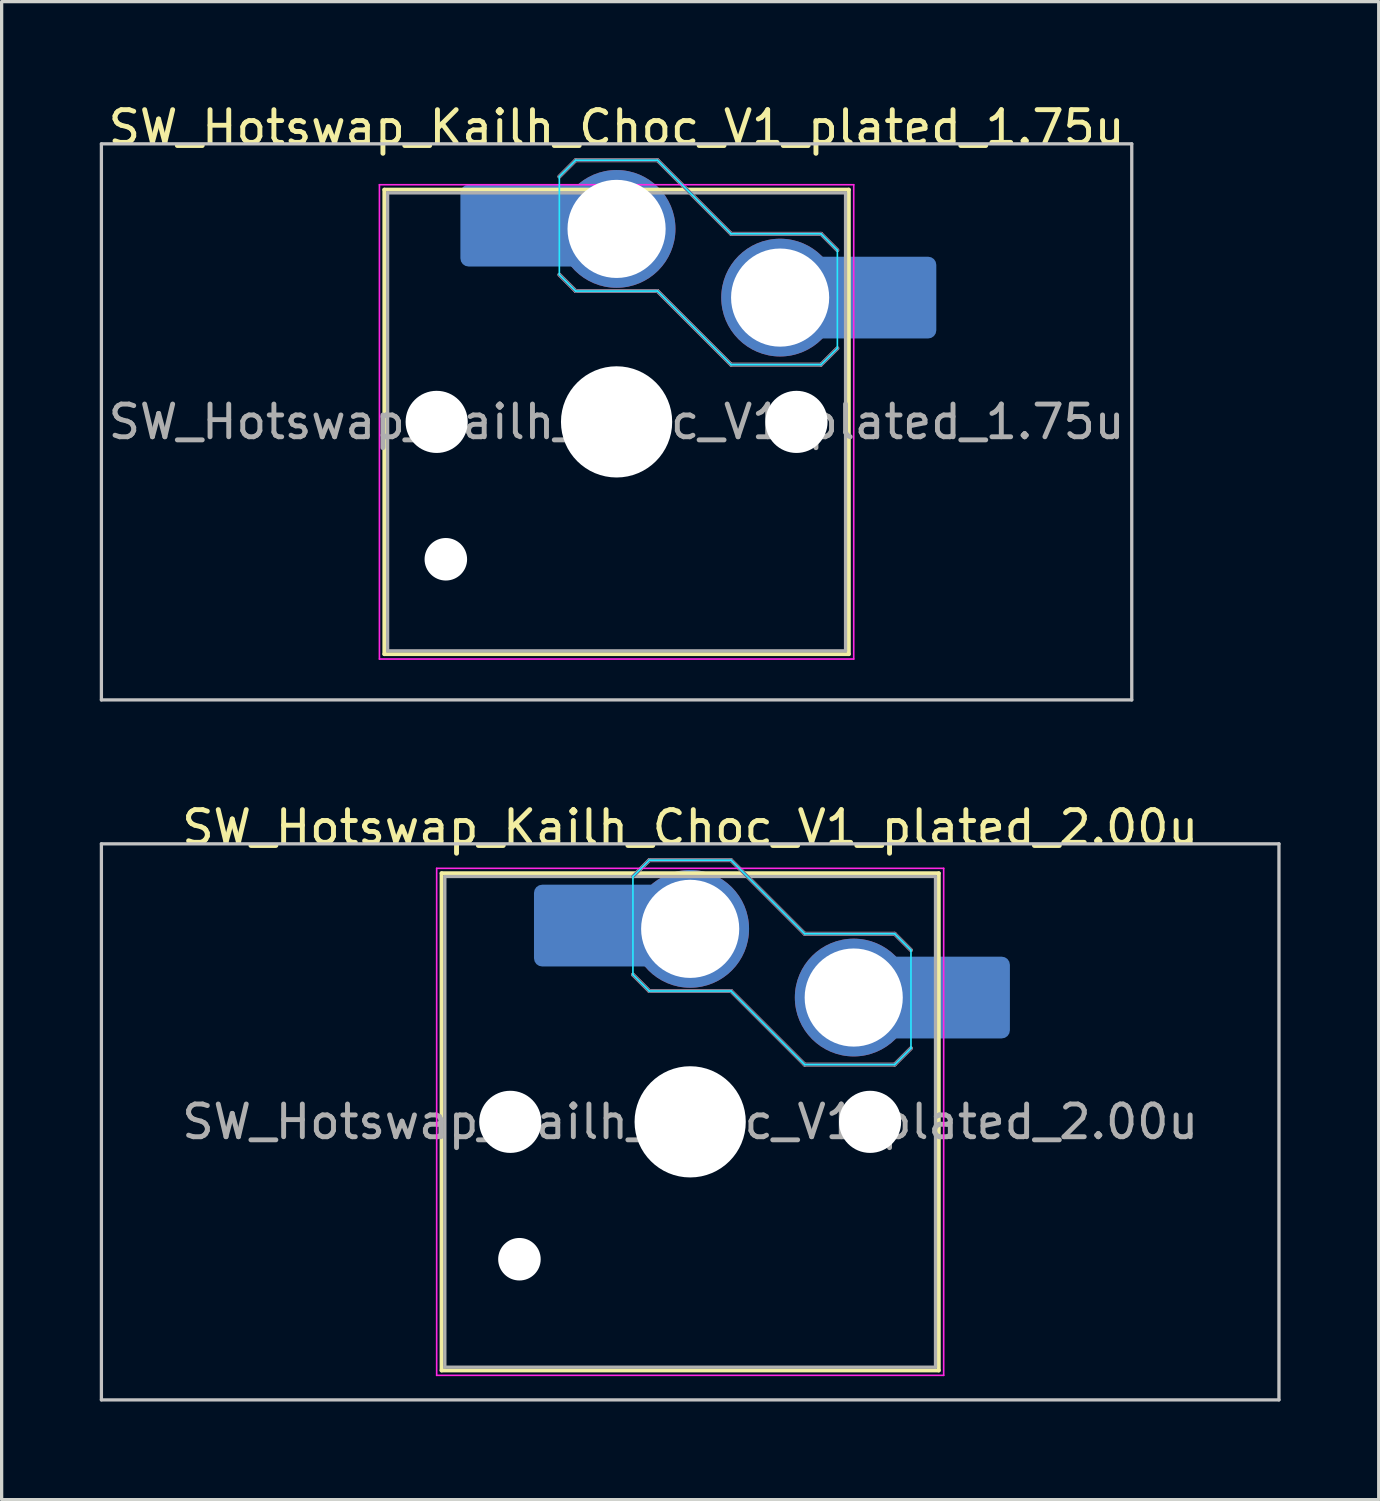
<source format=kicad_pcb>
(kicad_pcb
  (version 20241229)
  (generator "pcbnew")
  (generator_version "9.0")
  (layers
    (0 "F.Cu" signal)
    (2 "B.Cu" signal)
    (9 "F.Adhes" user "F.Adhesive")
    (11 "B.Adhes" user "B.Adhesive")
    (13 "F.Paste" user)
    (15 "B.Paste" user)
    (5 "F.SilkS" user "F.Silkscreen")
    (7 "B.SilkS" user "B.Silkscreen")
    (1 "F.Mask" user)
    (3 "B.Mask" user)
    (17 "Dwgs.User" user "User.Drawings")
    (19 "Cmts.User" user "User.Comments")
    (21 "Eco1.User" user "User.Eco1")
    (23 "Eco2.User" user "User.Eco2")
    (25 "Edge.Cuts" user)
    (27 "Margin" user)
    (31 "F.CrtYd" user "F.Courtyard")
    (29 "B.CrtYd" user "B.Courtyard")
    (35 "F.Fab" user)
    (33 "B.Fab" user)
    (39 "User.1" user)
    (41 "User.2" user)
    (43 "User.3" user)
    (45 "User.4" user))
  (footprint "SW_Hotswap_Kailh_Choc_V1_plated_1.75u"
    (layer "F.Cu")
    (at 15.8 9.848)
    (property "Reference" "SW_Hotswap_Kailh_Choc_V1_plated_1.75u" (at 0 -9 0) (layer "F.SilkS") (effects (font (size 1 1) (thickness 0.15))))
    (attr smd)
    (fp_line (start -7.1 -7.1) (end -7.1 7.1) (stroke (width 0.12) (type solid)) (layer "F.SilkS"))
    (fp_line (start -7.1 7.1) (end 7.1 7.1) (stroke (width 0.12) (type solid)) (layer "F.SilkS"))
    (fp_line (start 7.1 -7.1) (end -7.1 -7.1) (stroke (width 0.12) (type solid)) (layer "F.SilkS"))
    (fp_line (start 7.1 7.1) (end 7.1 -7.1) (stroke (width 0.12) (type solid)) (layer "F.SilkS"))
    (fp_line (start -1.75 -7.5) (end -1.25 -8) (stroke (width 0.12) (type solid)) (layer "B.SilkS"))
    (fp_line (start -1.25 -8) (end 1.25 -8) (stroke (width 0.12) (type solid)) (layer "B.SilkS"))
    (fp_line (start -1.25 -4) (end -1.75 -4.5) (stroke (width 0.12) (type solid)) (layer "B.SilkS"))
    (fp_line (start 1.25 -8) (end 3.5 -5.75) (stroke (width 0.12) (type solid)) (layer "B.SilkS"))
    (fp_line (start 1.25 -4) (end -1.25 -4) (stroke (width 0.12) (type solid)) (layer "B.SilkS"))
    (fp_line (start 3.5 -5.75) (end 6.25 -5.75) (stroke (width 0.12) (type solid)) (layer "B.SilkS"))
    (fp_line (start 3.5 -1.75) (end 1.25 -4) (stroke (width 0.12) (type solid)) (layer "B.SilkS"))
    (fp_line (start 6.25 -5.75) (end 6.75 -5.25) (stroke (width 0.12) (type solid)) (layer "B.SilkS"))
    (fp_line (start 6.25 -1.75) (end 3.5 -1.75) (stroke (width 0.12) (type solid)) (layer "B.SilkS"))
    (fp_line (start 6.75 -2.25) (end 6.25 -1.75) (stroke (width 0.12) (type solid)) (layer "B.SilkS"))
    (fp_line (start -15.75 -8.5) (end -15.75 8.5) (stroke (width 0.1) (type solid)) (layer "Dwgs.User"))
    (fp_line (start -15.75 8.5) (end 15.75 8.5) (stroke (width 0.1) (type solid)) (layer "Dwgs.User"))
    (fp_line (start 15.75 -8.5) (end -15.75 -8.5) (stroke (width 0.1) (type solid)) (layer "Dwgs.User"))
    (fp_line (start 15.75 8.5) (end 15.75 -8.5) (stroke (width 0.1) (type solid)) (layer "Dwgs.User"))
    (fp_line (start -1.75 -7.5) (end -1.25 -8) (stroke (width 0.05) (type solid)) (layer "B.CrtYd"))
    (fp_line (start -1.75 -4.5) (end -1.75 -7.5) (stroke (width 0.05) (type solid)) (layer "B.CrtYd"))
    (fp_line (start -1.25 -8) (end 1.25 -8) (stroke (width 0.05) (type solid)) (layer "B.CrtYd"))
    (fp_line (start -1.25 -4) (end -1.75 -4.5) (stroke (width 0.05) (type solid)) (layer "B.CrtYd"))
    (fp_line (start 1.25 -8) (end 3.5 -5.75) (stroke (width 0.05) (type solid)) (layer "B.CrtYd"))
    (fp_line (start 1.25 -4) (end -1.25 -4) (stroke (width 0.05) (type solid)) (layer "B.CrtYd"))
    (fp_line (start 3.5 -5.75) (end 6.25 -5.75) (stroke (width 0.05) (type solid)) (layer "B.CrtYd"))
    (fp_line (start 3.5 -1.75) (end 1.25 -4) (stroke (width 0.05) (type solid)) (layer "B.CrtYd"))
    (fp_line (start 6.25 -5.75) (end 6.75 -5.25) (stroke (width 0.05) (type solid)) (layer "B.CrtYd"))
    (fp_line (start 6.25 -1.75) (end 3.5 -1.75) (stroke (width 0.05) (type solid)) (layer "B.CrtYd"))
    (fp_line (start 6.75 -5.25) (end 6.75 -2.25) (stroke (width 0.05) (type solid)) (layer "B.CrtYd"))
    (fp_line (start 6.75 -2.25) (end 6.25 -1.75) (stroke (width 0.05) (type solid)) (layer "B.CrtYd"))
    (fp_line (start -7.25 -7.25) (end -7.25 7.25) (stroke (width 0.05) (type solid)) (layer "F.CrtYd"))
    (fp_line (start -7.25 7.25) (end 7.25 7.25) (stroke (width 0.05) (type solid)) (layer "F.CrtYd"))
    (fp_line (start 7.25 -7.25) (end -7.25 -7.25) (stroke (width 0.05) (type solid)) (layer "F.CrtYd"))
    (fp_line (start 7.25 7.25) (end 7.25 -7.25) (stroke (width 0.05) (type solid)) (layer "F.CrtYd"))
    (fp_line (start -1.75 -7.5) (end -1.25 -8) (stroke (width 0.1) (type solid)) (layer "B.Fab"))
    (fp_line (start -1.25 -8) (end 1.25 -8) (stroke (width 0.1) (type solid)) (layer "B.Fab"))
    (fp_line (start -1.25 -4) (end -1.75 -4.5) (stroke (width 0.1) (type solid)) (layer "B.Fab"))
    (fp_line (start 1.25 -8) (end 3.5 -5.75) (stroke (width 0.1) (type solid)) (layer "B.Fab"))
    (fp_line (start 1.25 -4) (end -1.25 -4) (stroke (width 0.1) (type solid)) (layer "B.Fab"))
    (fp_line (start 3.5 -5.75) (end 6.25 -5.75) (stroke (width 0.1) (type solid)) (layer "B.Fab"))
    (fp_line (start 3.5 -1.75) (end 1.25 -4) (stroke (width 0.1) (type solid)) (layer "B.Fab"))
    (fp_line (start 6.25 -5.75) (end 6.75 -5.25) (stroke (width 0.1) (type solid)) (layer "B.Fab"))
    (fp_line (start 6.25 -1.75) (end 3.5 -1.75) (stroke (width 0.1) (type solid)) (layer "B.Fab"))
    (fp_line (start 6.75 -2.25) (end 6.25 -1.75) (stroke (width 0.1) (type solid)) (layer "B.Fab"))
    (fp_line (start -7 -7) (end -7 7) (stroke (width 0.1) (type solid)) (layer "F.Fab"))
    (fp_line (start -7 7) (end 7 7) (stroke (width 0.1) (type solid)) (layer "F.Fab"))
    (fp_line (start 7 -7) (end -7 -7) (stroke (width 0.1) (type solid)) (layer "F.Fab"))
    (fp_line (start 7 7) (end 7 -7) (stroke (width 0.1) (type solid)) (layer "F.Fab"))
    (fp_text user "${REFERENCE}" (at 0 0 0) (layer "F.Fab") (effects (font (size 1 1) (thickness 0.15))))
    (pad "" np_thru_hole circle (at -5.5 0) (size 1.9 1.9) (drill 1.9) (layers "*.Cu" "*.Mask"))
    (pad "" np_thru_hole circle (at -5.22 4.2) (size 1.3 1.3) (drill 1.3) (layers "*.Cu" "*.Mask"))
    (pad "" smd roundrect (at -3.5 -6) (size 2.55 2.5) (layers "B.Mask" "B.Paste") (roundrect_rratio 0.1))
    (pad "" np_thru_hole circle (at 0 0) (size 3.4 3.4) (drill 3.4) (layers "*.Cu" "*.Mask"))
    (pad "" np_thru_hole circle (at 5.5 0) (size 1.9 1.9) (drill 1.9) (layers "*.Cu" "*.Mask"))
    (pad "" smd roundrect (at 8.5 -3.8) (size 2.55 2.5) (layers "B.Mask" "B.Paste") (roundrect_rratio 0.1))
    (pad "1" smd roundrect (at -2.85 -6) (size 3.85 2.5) (layers "B.Cu") (roundrect_rratio 0.1))
    (pad "1" thru_hole circle (at 0 -5.9) (size 3.6 3.6) (drill 3) (layers "*.Cu" "B.Mask"))
    (pad "2" thru_hole circle (at 5 -3.8) (size 3.6 3.6) (drill 3) (layers "*.Cu" "B.Mask"))
    (pad "2" smd roundrect (at 7.85 -3.8) (size 3.85 2.5) (layers "B.Cu") (roundrect_rratio 0.1)))
  (footprint "SW_Hotswap_Kailh_Choc_V1_plated_2.00u"
    (layer "F.Cu")
    (at 18.05 31.247)
    (property "Reference" "SW_Hotswap_Kailh_Choc_V1_plated_2.00u" (at 0 -9 0) (layer "F.SilkS") (effects (font (size 1 1) (thickness 0.15))))
    (attr smd)
    (fp_line (start -7.6 -7.6) (end -7.6 7.6) (stroke (width 0.12) (type solid)) (layer "F.SilkS"))
    (fp_line (start -7.6 7.6) (end 7.6 7.6) (stroke (width 0.12) (type solid)) (layer "F.SilkS"))
    (fp_line (start 7.6 -7.6) (end -7.6 -7.6) (stroke (width 0.12) (type solid)) (layer "F.SilkS"))
    (fp_line (start 7.6 7.6) (end 7.6 -7.6) (stroke (width 0.12) (type solid)) (layer "F.SilkS"))
    (fp_line (start -1.75 -7.5) (end -1.25 -8) (stroke (width 0.12) (type solid)) (layer "B.SilkS"))
    (fp_line (start -1.25 -8) (end 1.25 -8) (stroke (width 0.12) (type solid)) (layer "B.SilkS"))
    (fp_line (start -1.25 -4) (end -1.75 -4.5) (stroke (width 0.12) (type solid)) (layer "B.SilkS"))
    (fp_line (start 1.25 -8) (end 3.5 -5.75) (stroke (width 0.12) (type solid)) (layer "B.SilkS"))
    (fp_line (start 1.25 -4) (end -1.25 -4) (stroke (width 0.12) (type solid)) (layer "B.SilkS"))
    (fp_line (start 3.5 -5.75) (end 6.25 -5.75) (stroke (width 0.12) (type solid)) (layer "B.SilkS"))
    (fp_line (start 3.5 -1.75) (end 1.25 -4) (stroke (width 0.12) (type solid)) (layer "B.SilkS"))
    (fp_line (start 6.25 -5.75) (end 6.75 -5.25) (stroke (width 0.12) (type solid)) (layer "B.SilkS"))
    (fp_line (start 6.25 -1.75) (end 3.5 -1.75) (stroke (width 0.12) (type solid)) (layer "B.SilkS"))
    (fp_line (start 6.75 -2.25) (end 6.25 -1.75) (stroke (width 0.12) (type solid)) (layer "B.SilkS"))
    (fp_line (start -18 -8.5) (end -18 8.5) (stroke (width 0.1) (type solid)) (layer "Dwgs.User"))
    (fp_line (start -18 8.5) (end 18 8.5) (stroke (width 0.1) (type solid)) (layer "Dwgs.User"))
    (fp_line (start 18 -8.5) (end -18 -8.5) (stroke (width 0.1) (type solid)) (layer "Dwgs.User"))
    (fp_line (start 18 8.5) (end 18 -8.5) (stroke (width 0.1) (type solid)) (layer "Dwgs.User"))
    (fp_line (start -7.25 -7.25) (end -7.25 7.25) (stroke (width 0.1) (type solid)) (layer "Eco1.User"))
    (fp_line (start -7.25 7.25) (end 7.25 7.25) (stroke (width 0.1) (type solid)) (layer "Eco1.User"))
    (fp_line (start 7.25 -7.25) (end -7.25 -7.25) (stroke (width 0.1) (type solid)) (layer "Eco1.User"))
    (fp_line (start 7.25 7.25) (end 7.25 -7.25) (stroke (width 0.1) (type solid)) (layer "Eco1.User"))
    (fp_line (start -1.75 -7.5) (end -1.25 -8) (stroke (width 0.05) (type solid)) (layer "B.CrtYd"))
    (fp_line (start -1.75 -4.5) (end -1.75 -7.5) (stroke (width 0.05) (type solid)) (layer "B.CrtYd"))
    (fp_line (start -1.25 -8) (end 1.25 -8) (stroke (width 0.05) (type solid)) (layer "B.CrtYd"))
    (fp_line (start -1.25 -4) (end -1.75 -4.5) (stroke (width 0.05) (type solid)) (layer "B.CrtYd"))
    (fp_line (start 1.25 -8) (end 3.5 -5.75) (stroke (width 0.05) (type solid)) (layer "B.CrtYd"))
    (fp_line (start 1.25 -4) (end -1.25 -4) (stroke (width 0.05) (type solid)) (layer "B.CrtYd"))
    (fp_line (start 3.5 -5.75) (end 6.25 -5.75) (stroke (width 0.05) (type solid)) (layer "B.CrtYd"))
    (fp_line (start 3.5 -1.75) (end 1.25 -4) (stroke (width 0.05) (type solid)) (layer "B.CrtYd"))
    (fp_line (start 6.25 -5.75) (end 6.75 -5.25) (stroke (width 0.05) (type solid)) (layer "B.CrtYd"))
    (fp_line (start 6.25 -1.75) (end 3.5 -1.75) (stroke (width 0.05) (type solid)) (layer "B.CrtYd"))
    (fp_line (start 6.75 -5.25) (end 6.75 -2.25) (stroke (width 0.05) (type solid)) (layer "B.CrtYd"))
    (fp_line (start 6.75 -2.25) (end 6.25 -1.75) (stroke (width 0.05) (type solid)) (layer "B.CrtYd"))
    (fp_line (start -7.75 -7.75) (end -7.75 7.75) (stroke (width 0.05) (type solid)) (layer "F.CrtYd"))
    (fp_line (start -7.75 7.75) (end 7.75 7.75) (stroke (width 0.05) (type solid)) (layer "F.CrtYd"))
    (fp_line (start 7.75 -7.75) (end -7.75 -7.75) (stroke (width 0.05) (type solid)) (layer "F.CrtYd"))
    (fp_line (start 7.75 7.75) (end 7.75 -7.75) (stroke (width 0.05) (type solid)) (layer "F.CrtYd"))
    (fp_line (start -1.75 -7.5) (end -1.25 -8) (stroke (width 0.1) (type solid)) (layer "B.Fab"))
    (fp_line (start -1.25 -8) (end 1.25 -8) (stroke (width 0.1) (type solid)) (layer "B.Fab"))
    (fp_line (start -1.25 -4) (end -1.75 -4.5) (stroke (width 0.1) (type solid)) (layer "B.Fab"))
    (fp_line (start 1.25 -8) (end 3.5 -5.75) (stroke (width 0.1) (type solid)) (layer "B.Fab"))
    (fp_line (start 1.25 -4) (end -1.25 -4) (stroke (width 0.1) (type solid)) (layer "B.Fab"))
    (fp_line (start 3.5 -5.75) (end 6.25 -5.75) (stroke (width 0.1) (type solid)) (layer "B.Fab"))
    (fp_line (start 3.5 -1.75) (end 1.25 -4) (stroke (width 0.1) (type solid)) (layer "B.Fab"))
    (fp_line (start 6.25 -5.75) (end 6.75 -5.25) (stroke (width 0.1) (type solid)) (layer "B.Fab"))
    (fp_line (start 6.25 -1.75) (end 3.5 -1.75) (stroke (width 0.1) (type solid)) (layer "B.Fab"))
    (fp_line (start 6.75 -2.25) (end 6.25 -1.75) (stroke (width 0.1) (type solid)) (layer "B.Fab"))
    (fp_line (start -7.5 -7.5) (end -7.5 7.5) (stroke (width 0.1) (type solid)) (layer "F.Fab"))
    (fp_line (start -7.5 7.5) (end 7.5 7.5) (stroke (width 0.1) (type solid)) (layer "F.Fab"))
    (fp_line (start 7.5 -7.5) (end -7.5 -7.5) (stroke (width 0.1) (type solid)) (layer "F.Fab"))
    (fp_line (start 7.5 7.5) (end 7.5 -7.5) (stroke (width 0.1) (type solid)) (layer "F.Fab"))
    (fp_text user "${REFERENCE}" (at 0 0 0) (layer "F.Fab") (effects (font (size 1 1) (thickness 0.15))))
    (pad "" np_thru_hole circle (at -5.5 0) (size 1.9 1.9) (drill 1.9) (layers "*.Cu" "*.Mask"))
    (pad "" np_thru_hole circle (at -5.22 4.2) (size 1.3 1.3) (drill 1.3) (layers "*.Cu" "*.Mask"))
    (pad "" smd roundrect (at -3.5 -6) (size 2.55 2.5) (layers "B.Mask" "B.Paste") (roundrect_rratio 0.1))
    (pad "" np_thru_hole circle (at 0 0) (size 3.4 3.4) (drill 3.4) (layers "*.Cu" "*.Mask"))
    (pad "" np_thru_hole circle (at 5.5 0) (size 1.9 1.9) (drill 1.9) (layers "*.Cu" "*.Mask"))
    (pad "" smd roundrect (at 8.5 -3.8) (size 2.55 2.5) (layers "B.Mask" "B.Paste") (roundrect_rratio 0.1))
    (pad "1" smd roundrect (at -2.85 -6) (size 3.85 2.5) (layers "B.Cu") (roundrect_rratio 0.1))
    (pad "1" thru_hole circle (at 0 -5.9) (size 3.6 3.6) (drill 3) (layers "*.Cu" "B.Mask"))
    (pad "2" thru_hole circle (at 5 -3.8) (size 3.6 3.6) (drill 3) (layers "*.Cu" "B.Mask"))
    (pad "2" smd roundrect (at 7.85 -3.8) (size 3.85 2.5) (layers "B.Cu") (roundrect_rratio 0.1)))
  (gr_rect
    (start -3 -3)
    (end 39.1 42.797)
    (stroke (width 0.1) (type default))
    (fill no)
    (layer "Edge.Cuts")))
</source>
